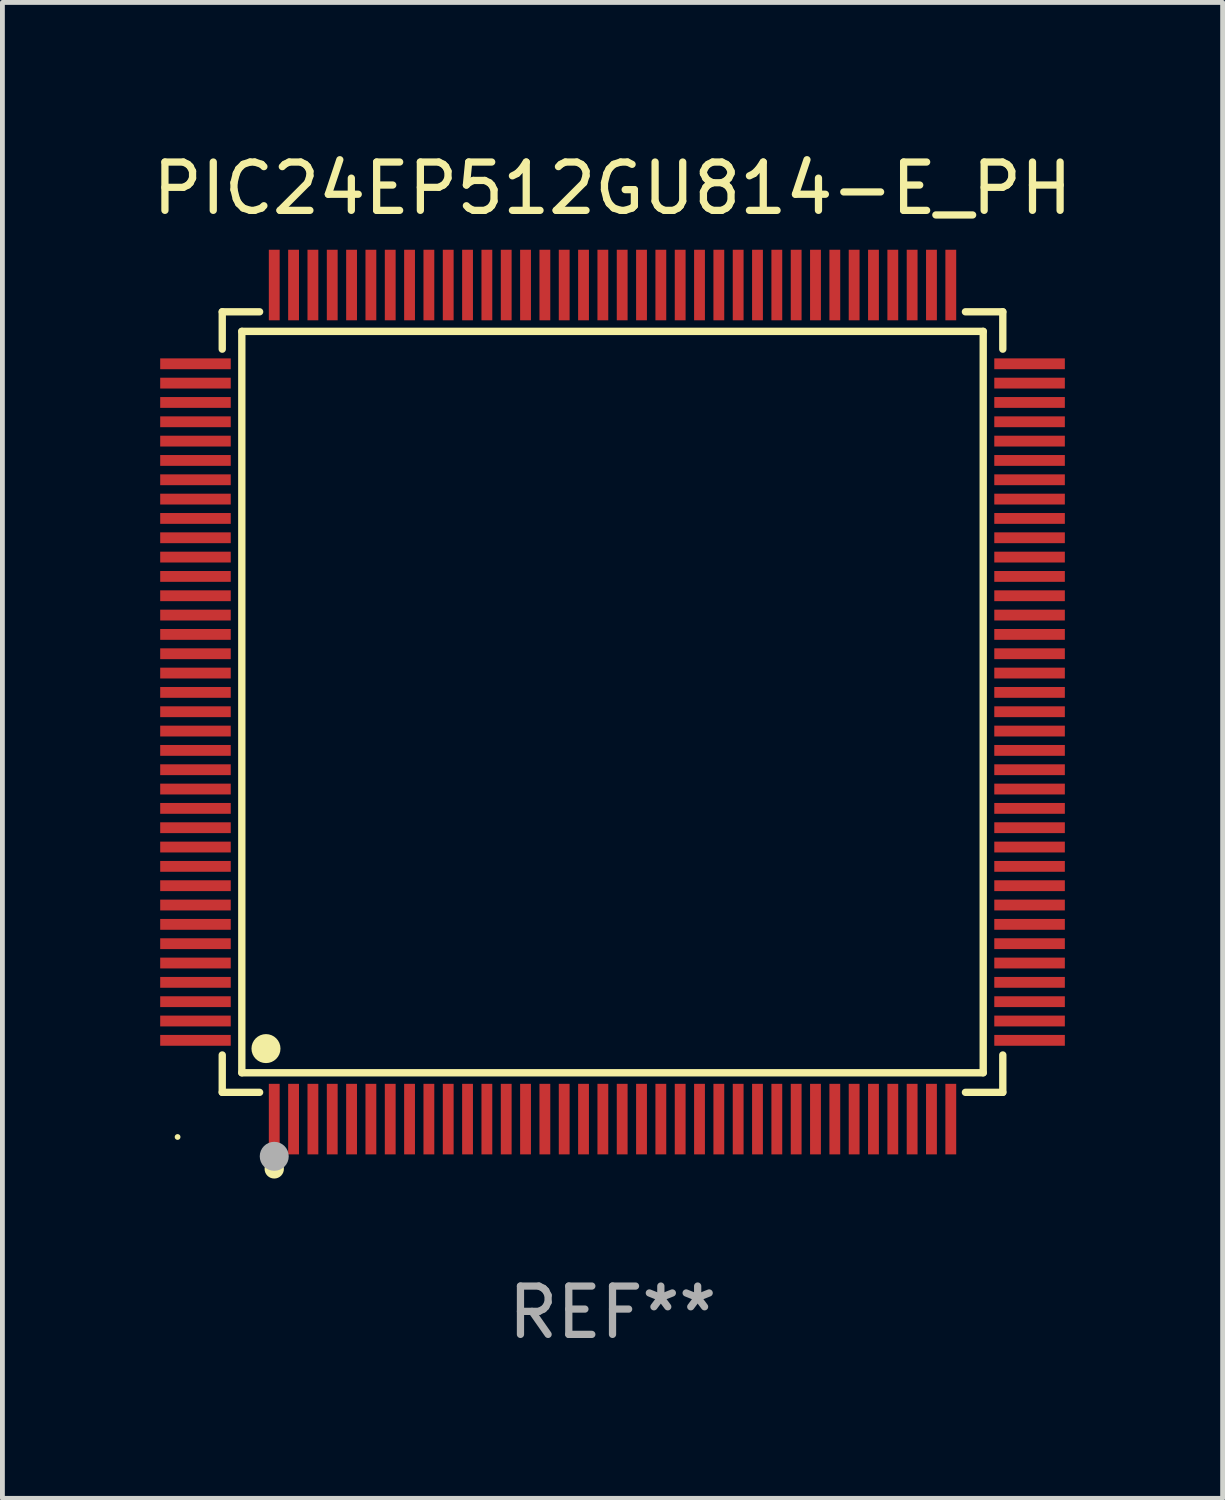
<source format=kicad_pcb>
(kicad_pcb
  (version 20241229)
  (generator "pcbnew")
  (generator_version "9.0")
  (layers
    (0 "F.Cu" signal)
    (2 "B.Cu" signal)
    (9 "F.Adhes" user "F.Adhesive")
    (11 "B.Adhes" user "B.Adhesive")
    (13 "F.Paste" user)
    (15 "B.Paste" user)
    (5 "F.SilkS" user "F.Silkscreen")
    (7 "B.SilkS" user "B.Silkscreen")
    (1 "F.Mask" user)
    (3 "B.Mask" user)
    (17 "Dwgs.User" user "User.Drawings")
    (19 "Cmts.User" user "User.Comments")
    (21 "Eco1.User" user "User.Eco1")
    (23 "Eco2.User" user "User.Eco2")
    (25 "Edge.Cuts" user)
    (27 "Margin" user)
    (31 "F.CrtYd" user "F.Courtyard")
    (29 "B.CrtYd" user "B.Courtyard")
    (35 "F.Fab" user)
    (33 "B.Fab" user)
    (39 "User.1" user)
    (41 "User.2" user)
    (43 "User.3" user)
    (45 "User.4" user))
  (footprint "PIC24EP512GU814-E_PH"
    (layer "F.Cu")
    (at 9.625 11.478)
    (property "Reference" "PIC24EP512GU814-E_PH" (at 0 -10.63 0) (layer "F.SilkS") (effects (font (size 1 1) (thickness 0.15))))
    (attr through_hole)
    (fp_line (start -8.076 -8.076) (end -7.303 -8.076) (stroke (width 0.152) (type solid)) (layer "F.SilkS"))
    (fp_line (start -8.076 -7.303) (end -8.076 -8.076) (stroke (width 0.152) (type solid)) (layer "F.SilkS"))
    (fp_line (start -8.076 7.303) (end -8.076 8.076) (stroke (width 0.152) (type solid)) (layer "F.SilkS"))
    (fp_line (start -8.076 8.076) (end -7.303 8.076) (stroke (width 0.152) (type solid)) (layer "F.SilkS"))
    (fp_line (start -7.671 -7.671) (end 7.671 -7.671) (stroke (width 0.152) (type solid)) (layer "F.SilkS"))
    (fp_line (start -7.671 7.671) (end -7.671 -7.671) (stroke (width 0.152) (type solid)) (layer "F.SilkS"))
    (fp_line (start 7.671 -7.671) (end 7.671 7.671) (stroke (width 0.152) (type solid)) (layer "F.SilkS"))
    (fp_line (start 7.671 7.671) (end -7.671 7.671) (stroke (width 0.152) (type solid)) (layer "F.SilkS"))
    (fp_line (start 8.076 -8.076) (end 7.303 -8.076) (stroke (width 0.152) (type solid)) (layer "F.SilkS"))
    (fp_line (start 8.076 -7.303) (end 8.076 -8.076) (stroke (width 0.152) (type solid)) (layer "F.SilkS"))
    (fp_line (start 8.076 7.303) (end 8.076 8.076) (stroke (width 0.152) (type solid)) (layer "F.SilkS"))
    (fp_line (start 8.076 8.076) (end 7.303 8.076) (stroke (width 0.152) (type solid)) (layer "F.SilkS"))
    (fp_circle (center -9 9) (end -8.97 9) (stroke (width 0.06) (type solid)) (fill no) (layer "F.SilkS"))
    (fp_circle (center -7.171 7.171) (end -7.021 7.171) (stroke (width 0.3) (type solid)) (fill no) (layer "F.SilkS"))
    (fp_circle (center -7 9.66) (end -6.9 9.66) (stroke (width 0.2) (type solid)) (fill no) (layer "F.SilkS"))
    (fp_circle (center -7 9.4) (end -6.85 9.4) (stroke (width 0.3) (type solid)) (fill no) (layer "F.Fab"))
    (fp_text user "REF**" (at 0 12.63 0) (layer "F.Fab") (effects (font (size 1 1) (thickness 0.15))))
    (pad "1" smd rect (at -7 8.63) (size 0.224 1.46) (layers "F.Cu" "F.Mask" "F.Paste"))
    (pad "2" smd rect (at -6.6 8.63) (size 0.224 1.46) (layers "F.Cu" "F.Mask" "F.Paste"))
    (pad "3" smd rect (at -6.2 8.63) (size 0.224 1.46) (layers "F.Cu" "F.Mask" "F.Paste"))
    (pad "4" smd rect (at -5.8 8.63) (size 0.224 1.46) (layers "F.Cu" "F.Mask" "F.Paste"))
    (pad "5" smd rect (at -5.4 8.63) (size 0.224 1.46) (layers "F.Cu" "F.Mask" "F.Paste"))
    (pad "6" smd rect (at -5 8.63) (size 0.224 1.46) (layers "F.Cu" "F.Mask" "F.Paste"))
    (pad "7" smd rect (at -4.6 8.63) (size 0.224 1.46) (layers "F.Cu" "F.Mask" "F.Paste"))
    (pad "8" smd rect (at -4.2 8.63) (size 0.224 1.46) (layers "F.Cu" "F.Mask" "F.Paste"))
    (pad "9" smd rect (at -3.8 8.63) (size 0.224 1.46) (layers "F.Cu" "F.Mask" "F.Paste"))
    (pad "10" smd rect (at -3.4 8.63) (size 0.224 1.46) (layers "F.Cu" "F.Mask" "F.Paste"))
    (pad "11" smd rect (at -3 8.63) (size 0.224 1.46) (layers "F.Cu" "F.Mask" "F.Paste"))
    (pad "12" smd rect (at -2.6 8.63) (size 0.224 1.46) (layers "F.Cu" "F.Mask" "F.Paste"))
    (pad "13" smd rect (at -2.2 8.63) (size 0.224 1.46) (layers "F.Cu" "F.Mask" "F.Paste"))
    (pad "14" smd rect (at -1.8 8.63) (size 0.224 1.46) (layers "F.Cu" "F.Mask" "F.Paste"))
    (pad "15" smd rect (at -1.4 8.63) (size 0.224 1.46) (layers "F.Cu" "F.Mask" "F.Paste"))
    (pad "16" smd rect (at -1 8.63) (size 0.224 1.46) (layers "F.Cu" "F.Mask" "F.Paste"))
    (pad "17" smd rect (at -0.6 8.63) (size 0.224 1.46) (layers "F.Cu" "F.Mask" "F.Paste"))
    (pad "18" smd rect (at -0.2 8.63) (size 0.224 1.46) (layers "F.Cu" "F.Mask" "F.Paste"))
    (pad "19" smd rect (at 0.2 8.63) (size 0.224 1.46) (layers "F.Cu" "F.Mask" "F.Paste"))
    (pad "20" smd rect (at 0.6 8.63) (size 0.224 1.46) (layers "F.Cu" "F.Mask" "F.Paste"))
    (pad "21" smd rect (at 1 8.63) (size 0.224 1.46) (layers "F.Cu" "F.Mask" "F.Paste"))
    (pad "22" smd rect (at 1.4 8.63) (size 0.224 1.46) (layers "F.Cu" "F.Mask" "F.Paste"))
    (pad "23" smd rect (at 1.8 8.63) (size 0.224 1.46) (layers "F.Cu" "F.Mask" "F.Paste"))
    (pad "24" smd rect (at 2.2 8.63) (size 0.224 1.46) (layers "F.Cu" "F.Mask" "F.Paste"))
    (pad "25" smd rect (at 2.6 8.63) (size 0.224 1.46) (layers "F.Cu" "F.Mask" "F.Paste"))
    (pad "26" smd rect (at 3 8.63) (size 0.224 1.46) (layers "F.Cu" "F.Mask" "F.Paste"))
    (pad "27" smd rect (at 3.4 8.63) (size 0.224 1.46) (layers "F.Cu" "F.Mask" "F.Paste"))
    (pad "28" smd rect (at 3.8 8.63) (size 0.224 1.46) (layers "F.Cu" "F.Mask" "F.Paste"))
    (pad "29" smd rect (at 4.2 8.63) (size 0.224 1.46) (layers "F.Cu" "F.Mask" "F.Paste"))
    (pad "30" smd rect (at 4.6 8.63) (size 0.224 1.46) (layers "F.Cu" "F.Mask" "F.Paste"))
    (pad "31" smd rect (at 5 8.63) (size 0.224 1.46) (layers "F.Cu" "F.Mask" "F.Paste"))
    (pad "32" smd rect (at 5.4 8.63) (size 0.224 1.46) (layers "F.Cu" "F.Mask" "F.Paste"))
    (pad "33" smd rect (at 5.8 8.63) (size 0.224 1.46) (layers "F.Cu" "F.Mask" "F.Paste"))
    (pad "34" smd rect (at 6.2 8.63) (size 0.224 1.46) (layers "F.Cu" "F.Mask" "F.Paste"))
    (pad "35" smd rect (at 6.6 8.63) (size 0.224 1.46) (layers "F.Cu" "F.Mask" "F.Paste"))
    (pad "36" smd rect (at 7 8.63) (size 0.224 1.46) (layers "F.Cu" "F.Mask" "F.Paste"))
    (pad "37" smd rect (at 8.63 7) (size 1.46 0.224) (layers "F.Cu" "F.Mask" "F.Paste"))
    (pad "38" smd rect (at 8.63 6.6) (size 1.46 0.224) (layers "F.Cu" "F.Mask" "F.Paste"))
    (pad "39" smd rect (at 8.63 6.2) (size 1.46 0.224) (layers "F.Cu" "F.Mask" "F.Paste"))
    (pad "40" smd rect (at 8.63 5.8) (size 1.46 0.224) (layers "F.Cu" "F.Mask" "F.Paste"))
    (pad "41" smd rect (at 8.63 5.4) (size 1.46 0.224) (layers "F.Cu" "F.Mask" "F.Paste"))
    (pad "42" smd rect (at 8.63 5) (size 1.46 0.224) (layers "F.Cu" "F.Mask" "F.Paste"))
    (pad "43" smd rect (at 8.63 4.6) (size 1.46 0.224) (layers "F.Cu" "F.Mask" "F.Paste"))
    (pad "44" smd rect (at 8.63 4.2) (size 1.46 0.224) (layers "F.Cu" "F.Mask" "F.Paste"))
    (pad "45" smd rect (at 8.63 3.8) (size 1.46 0.224) (layers "F.Cu" "F.Mask" "F.Paste"))
    (pad "46" smd rect (at 8.63 3.4) (size 1.46 0.224) (layers "F.Cu" "F.Mask" "F.Paste"))
    (pad "47" smd rect (at 8.63 3) (size 1.46 0.224) (layers "F.Cu" "F.Mask" "F.Paste"))
    (pad "48" smd rect (at 8.63 2.6) (size 1.46 0.224) (layers "F.Cu" "F.Mask" "F.Paste"))
    (pad "49" smd rect (at 8.63 2.2) (size 1.46 0.224) (layers "F.Cu" "F.Mask" "F.Paste"))
    (pad "50" smd rect (at 8.63 1.8) (size 1.46 0.224) (layers "F.Cu" "F.Mask" "F.Paste"))
    (pad "51" smd rect (at 8.63 1.4) (size 1.46 0.224) (layers "F.Cu" "F.Mask" "F.Paste"))
    (pad "52" smd rect (at 8.63 1) (size 1.46 0.224) (layers "F.Cu" "F.Mask" "F.Paste"))
    (pad "53" smd rect (at 8.63 0.6) (size 1.46 0.224) (layers "F.Cu" "F.Mask" "F.Paste"))
    (pad "54" smd rect (at 8.63 0.2) (size 1.46 0.224) (layers "F.Cu" "F.Mask" "F.Paste"))
    (pad "55" smd rect (at 8.63 -0.2) (size 1.46 0.224) (layers "F.Cu" "F.Mask" "F.Paste"))
    (pad "56" smd rect (at 8.63 -0.6) (size 1.46 0.224) (layers "F.Cu" "F.Mask" "F.Paste"))
    (pad "57" smd rect (at 8.63 -1) (size 1.46 0.224) (layers "F.Cu" "F.Mask" "F.Paste"))
    (pad "58" smd rect (at 8.63 -1.4) (size 1.46 0.224) (layers "F.Cu" "F.Mask" "F.Paste"))
    (pad "59" smd rect (at 8.63 -1.8) (size 1.46 0.224) (layers "F.Cu" "F.Mask" "F.Paste"))
    (pad "60" smd rect (at 8.63 -2.2) (size 1.46 0.224) (layers "F.Cu" "F.Mask" "F.Paste"))
    (pad "61" smd rect (at 8.63 -2.6) (size 1.46 0.224) (layers "F.Cu" "F.Mask" "F.Paste"))
    (pad "62" smd rect (at 8.63 -3) (size 1.46 0.224) (layers "F.Cu" "F.Mask" "F.Paste"))
    (pad "63" smd rect (at 8.63 -3.4) (size 1.46 0.224) (layers "F.Cu" "F.Mask" "F.Paste"))
    (pad "64" smd rect (at 8.63 -3.8) (size 1.46 0.224) (layers "F.Cu" "F.Mask" "F.Paste"))
    (pad "65" smd rect (at 8.63 -4.2) (size 1.46 0.224) (layers "F.Cu" "F.Mask" "F.Paste"))
    (pad "66" smd rect (at 8.63 -4.6) (size 1.46 0.224) (layers "F.Cu" "F.Mask" "F.Paste"))
    (pad "67" smd rect (at 8.63 -5) (size 1.46 0.224) (layers "F.Cu" "F.Mask" "F.Paste"))
    (pad "68" smd rect (at 8.63 -5.4) (size 1.46 0.224) (layers "F.Cu" "F.Mask" "F.Paste"))
    (pad "69" smd rect (at 8.63 -5.8) (size 1.46 0.224) (layers "F.Cu" "F.Mask" "F.Paste"))
    (pad "70" smd rect (at 8.63 -6.2) (size 1.46 0.224) (layers "F.Cu" "F.Mask" "F.Paste"))
    (pad "71" smd rect (at 8.63 -6.6) (size 1.46 0.224) (layers "F.Cu" "F.Mask" "F.Paste"))
    (pad "72" smd rect (at 8.63 -7) (size 1.46 0.224) (layers "F.Cu" "F.Mask" "F.Paste"))
    (pad "73" smd rect (at 7 -8.63) (size 0.224 1.46) (layers "F.Cu" "F.Mask" "F.Paste"))
    (pad "74" smd rect (at 6.6 -8.63) (size 0.224 1.46) (layers "F.Cu" "F.Mask" "F.Paste"))
    (pad "75" smd rect (at 6.2 -8.63) (size 0.224 1.46) (layers "F.Cu" "F.Mask" "F.Paste"))
    (pad "76" smd rect (at 5.8 -8.63) (size 0.224 1.46) (layers "F.Cu" "F.Mask" "F.Paste"))
    (pad "77" smd rect (at 5.4 -8.63) (size 0.224 1.46) (layers "F.Cu" "F.Mask" "F.Paste"))
    (pad "78" smd rect (at 5 -8.63) (size 0.224 1.46) (layers "F.Cu" "F.Mask" "F.Paste"))
    (pad "79" smd rect (at 4.6 -8.63) (size 0.224 1.46) (layers "F.Cu" "F.Mask" "F.Paste"))
    (pad "80" smd rect (at 4.2 -8.63) (size 0.224 1.46) (layers "F.Cu" "F.Mask" "F.Paste"))
    (pad "81" smd rect (at 3.8 -8.63) (size 0.224 1.46) (layers "F.Cu" "F.Mask" "F.Paste"))
    (pad "82" smd rect (at 3.4 -8.63) (size 0.224 1.46) (layers "F.Cu" "F.Mask" "F.Paste"))
    (pad "83" smd rect (at 3 -8.63) (size 0.224 1.46) (layers "F.Cu" "F.Mask" "F.Paste"))
    (pad "84" smd rect (at 2.6 -8.63) (size 0.224 1.46) (layers "F.Cu" "F.Mask" "F.Paste"))
    (pad "85" smd rect (at 2.2 -8.63) (size 0.224 1.46) (layers "F.Cu" "F.Mask" "F.Paste"))
    (pad "86" smd rect (at 1.8 -8.63) (size 0.224 1.46) (layers "F.Cu" "F.Mask" "F.Paste"))
    (pad "87" smd rect (at 1.4 -8.63) (size 0.224 1.46) (layers "F.Cu" "F.Mask" "F.Paste"))
    (pad "88" smd rect (at 1 -8.63) (size 0.224 1.46) (layers "F.Cu" "F.Mask" "F.Paste"))
    (pad "89" smd rect (at 0.6 -8.63) (size 0.224 1.46) (layers "F.Cu" "F.Mask" "F.Paste"))
    (pad "90" smd rect (at 0.2 -8.63) (size 0.224 1.46) (layers "F.Cu" "F.Mask" "F.Paste"))
    (pad "91" smd rect (at -0.2 -8.63) (size 0.224 1.46) (layers "F.Cu" "F.Mask" "F.Paste"))
    (pad "92" smd rect (at -0.6 -8.63) (size 0.224 1.46) (layers "F.Cu" "F.Mask" "F.Paste"))
    (pad "93" smd rect (at -1 -8.63) (size 0.224 1.46) (layers "F.Cu" "F.Mask" "F.Paste"))
    (pad "94" smd rect (at -1.4 -8.63) (size 0.224 1.46) (layers "F.Cu" "F.Mask" "F.Paste"))
    (pad "95" smd rect (at -1.8 -8.63) (size 0.224 1.46) (layers "F.Cu" "F.Mask" "F.Paste"))
    (pad "96" smd rect (at -2.2 -8.63) (size 0.224 1.46) (layers "F.Cu" "F.Mask" "F.Paste"))
    (pad "97" smd rect (at -2.6 -8.63) (size 0.224 1.46) (layers "F.Cu" "F.Mask" "F.Paste"))
    (pad "98" smd rect (at -3 -8.63) (size 0.224 1.46) (layers "F.Cu" "F.Mask" "F.Paste"))
    (pad "99" smd rect (at -3.4 -8.63) (size 0.224 1.46) (layers "F.Cu" "F.Mask" "F.Paste"))
    (pad "100" smd rect (at -3.8 -8.63) (size 0.224 1.46) (layers "F.Cu" "F.Mask" "F.Paste"))
    (pad "101" smd rect (at -4.2 -8.63) (size 0.224 1.46) (layers "F.Cu" "F.Mask" "F.Paste"))
    (pad "102" smd rect (at -4.6 -8.63) (size 0.224 1.46) (layers "F.Cu" "F.Mask" "F.Paste"))
    (pad "103" smd rect (at -5 -8.63) (size 0.224 1.46) (layers "F.Cu" "F.Mask" "F.Paste"))
    (pad "104" smd rect (at -5.4 -8.63) (size 0.224 1.46) (layers "F.Cu" "F.Mask" "F.Paste"))
    (pad "105" smd rect (at -5.8 -8.63) (size 0.224 1.46) (layers "F.Cu" "F.Mask" "F.Paste"))
    (pad "106" smd rect (at -6.2 -8.63) (size 0.224 1.46) (layers "F.Cu" "F.Mask" "F.Paste"))
    (pad "107" smd rect (at -6.6 -8.63) (size 0.224 1.46) (layers "F.Cu" "F.Mask" "F.Paste"))
    (pad "108" smd rect (at -7 -8.63) (size 0.224 1.46) (layers "F.Cu" "F.Mask" "F.Paste"))
    (pad "109" smd rect (at -8.63 -7) (size 1.46 0.224) (layers "F.Cu" "F.Mask" "F.Paste"))
    (pad "110" smd rect (at -8.63 -6.6) (size 1.46 0.224) (layers "F.Cu" "F.Mask" "F.Paste"))
    (pad "111" smd rect (at -8.63 -6.2) (size 1.46 0.224) (layers "F.Cu" "F.Mask" "F.Paste"))
    (pad "112" smd rect (at -8.63 -5.8) (size 1.46 0.224) (layers "F.Cu" "F.Mask" "F.Paste"))
    (pad "113" smd rect (at -8.63 -5.4) (size 1.46 0.224) (layers "F.Cu" "F.Mask" "F.Paste"))
    (pad "114" smd rect (at -8.63 -5) (size 1.46 0.224) (layers "F.Cu" "F.Mask" "F.Paste"))
    (pad "115" smd rect (at -8.63 -4.6) (size 1.46 0.224) (layers "F.Cu" "F.Mask" "F.Paste"))
    (pad "116" smd rect (at -8.63 -4.2) (size 1.46 0.224) (layers "F.Cu" "F.Mask" "F.Paste"))
    (pad "117" smd rect (at -8.63 -3.8) (size 1.46 0.224) (layers "F.Cu" "F.Mask" "F.Paste"))
    (pad "118" smd rect (at -8.63 -3.4) (size 1.46 0.224) (layers "F.Cu" "F.Mask" "F.Paste"))
    (pad "119" smd rect (at -8.63 -3) (size 1.46 0.224) (layers "F.Cu" "F.Mask" "F.Paste"))
    (pad "120" smd rect (at -8.63 -2.6) (size 1.46 0.224) (layers "F.Cu" "F.Mask" "F.Paste"))
    (pad "121" smd rect (at -8.63 -2.2) (size 1.46 0.224) (layers "F.Cu" "F.Mask" "F.Paste"))
    (pad "122" smd rect (at -8.63 -1.8) (size 1.46 0.224) (layers "F.Cu" "F.Mask" "F.Paste"))
    (pad "123" smd rect (at -8.63 -1.4) (size 1.46 0.224) (layers "F.Cu" "F.Mask" "F.Paste"))
    (pad "124" smd rect (at -8.63 -1) (size 1.46 0.224) (layers "F.Cu" "F.Mask" "F.Paste"))
    (pad "125" smd rect (at -8.63 -0.6) (size 1.46 0.224) (layers "F.Cu" "F.Mask" "F.Paste"))
    (pad "126" smd rect (at -8.63 -0.2) (size 1.46 0.224) (layers "F.Cu" "F.Mask" "F.Paste"))
    (pad "127" smd rect (at -8.63 0.2) (size 1.46 0.224) (layers "F.Cu" "F.Mask" "F.Paste"))
    (pad "128" smd rect (at -8.63 0.6) (size 1.46 0.224) (layers "F.Cu" "F.Mask" "F.Paste"))
    (pad "129" smd rect (at -8.63 1) (size 1.46 0.224) (layers "F.Cu" "F.Mask" "F.Paste"))
    (pad "130" smd rect (at -8.63 1.4) (size 1.46 0.224) (layers "F.Cu" "F.Mask" "F.Paste"))
    (pad "131" smd rect (at -8.63 1.8) (size 1.46 0.224) (layers "F.Cu" "F.Mask" "F.Paste"))
    (pad "132" smd rect (at -8.63 2.2) (size 1.46 0.224) (layers "F.Cu" "F.Mask" "F.Paste"))
    (pad "133" smd rect (at -8.63 2.6) (size 1.46 0.224) (layers "F.Cu" "F.Mask" "F.Paste"))
    (pad "134" smd rect (at -8.63 3) (size 1.46 0.224) (layers "F.Cu" "F.Mask" "F.Paste"))
    (pad "135" smd rect (at -8.63 3.4) (size 1.46 0.224) (layers "F.Cu" "F.Mask" "F.Paste"))
    (pad "136" smd rect (at -8.63 3.8) (size 1.46 0.224) (layers "F.Cu" "F.Mask" "F.Paste"))
    (pad "137" smd rect (at -8.63 4.2) (size 1.46 0.224) (layers "F.Cu" "F.Mask" "F.Paste"))
    (pad "138" smd rect (at -8.63 4.6) (size 1.46 0.224) (layers "F.Cu" "F.Mask" "F.Paste"))
    (pad "139" smd rect (at -8.63 5) (size 1.46 0.224) (layers "F.Cu" "F.Mask" "F.Paste"))
    (pad "140" smd rect (at -8.63 5.4) (size 1.46 0.224) (layers "F.Cu" "F.Mask" "F.Paste"))
    (pad "141" smd rect (at -8.63 5.8) (size 1.46 0.224) (layers "F.Cu" "F.Mask" "F.Paste"))
    (pad "142" smd rect (at -8.63 6.2) (size 1.46 0.224) (layers "F.Cu" "F.Mask" "F.Paste"))
    (pad "143" smd rect (at -8.63 6.6) (size 1.46 0.224) (layers "F.Cu" "F.Mask" "F.Paste"))
    (pad "144" smd rect (at -8.63 7) (size 1.46 0.224) (layers "F.Cu" "F.Mask" "F.Paste")))
  (gr_rect
    (start -3 -3)
    (end 22.25 27.956)
    (stroke (width 0.1) (type default))
    (fill no)
    (layer "Edge.Cuts")))
</source>
